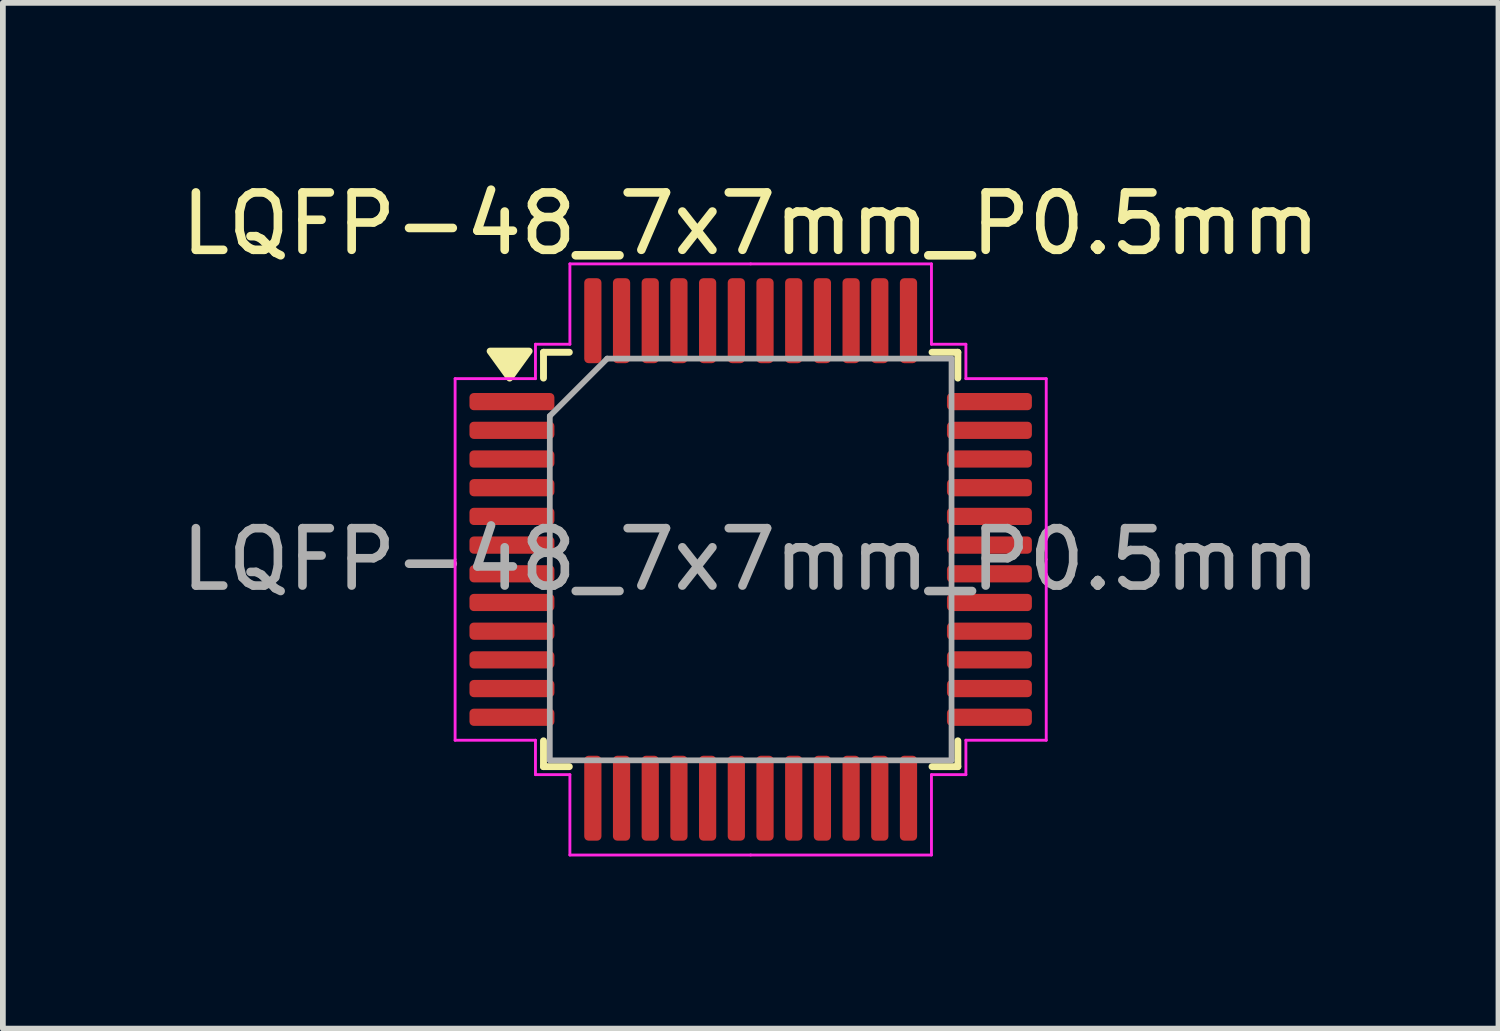
<source format=kicad_pcb>
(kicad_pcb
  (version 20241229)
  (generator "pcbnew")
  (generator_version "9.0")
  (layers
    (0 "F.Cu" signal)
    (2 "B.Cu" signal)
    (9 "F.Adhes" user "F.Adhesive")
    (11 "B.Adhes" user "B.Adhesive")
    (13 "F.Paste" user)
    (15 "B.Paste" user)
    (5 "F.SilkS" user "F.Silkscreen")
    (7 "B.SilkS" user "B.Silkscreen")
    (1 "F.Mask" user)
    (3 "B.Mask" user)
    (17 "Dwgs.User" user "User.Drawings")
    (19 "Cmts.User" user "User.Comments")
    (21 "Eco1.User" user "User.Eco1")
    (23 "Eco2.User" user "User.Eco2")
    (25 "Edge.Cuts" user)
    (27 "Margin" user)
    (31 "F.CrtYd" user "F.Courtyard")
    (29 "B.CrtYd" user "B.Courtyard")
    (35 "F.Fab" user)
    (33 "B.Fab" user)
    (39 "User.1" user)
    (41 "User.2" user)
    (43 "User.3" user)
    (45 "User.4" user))
  (footprint "LQFP-48_7x7mm_P0.5mm"
    (layer "F.Cu")
    (at 10.03 6.698)
    (property "Reference" "LQFP-48_7x7mm_P0.5mm" (at 0 -5.85 0) (layer "F.SilkS") (effects (font (size 1 1) (thickness 0.15))))
    (attr smd)
    (fp_line (start -3.61 -3.61) (end -3.61 -3.16) (stroke (width 0.12) (type solid)) (layer "F.SilkS"))
    (fp_line (start -3.61 3.61) (end -3.61 3.16) (stroke (width 0.12) (type solid)) (layer "F.SilkS"))
    (fp_line (start -3.16 -3.61) (end -3.61 -3.61) (stroke (width 0.12) (type solid)) (layer "F.SilkS"))
    (fp_line (start -3.16 3.61) (end -3.61 3.61) (stroke (width 0.12) (type solid)) (layer "F.SilkS"))
    (fp_line (start 3.16 -3.61) (end 3.61 -3.61) (stroke (width 0.12) (type solid)) (layer "F.SilkS"))
    (fp_line (start 3.16 3.61) (end 3.61 3.61) (stroke (width 0.12) (type solid)) (layer "F.SilkS"))
    (fp_line (start 3.61 -3.61) (end 3.61 -3.16) (stroke (width 0.12) (type solid)) (layer "F.SilkS"))
    (fp_line (start 3.61 3.61) (end 3.61 3.16) (stroke (width 0.12) (type solid)) (layer "F.SilkS"))
    (fp_poly (pts (xy -4.2 -3.16) (xy -4.54 -3.63) (xy -3.86 -3.63) (xy -4.2 -3.16)) (stroke (width 0.12) (type solid)) (fill yes) (layer "F.SilkS"))
    (fp_line (start -5.15 -3.15) (end -5.15 0) (stroke (width 0.05) (type solid)) (layer "F.CrtYd"))
    (fp_line (start -5.15 3.15) (end -5.15 0) (stroke (width 0.05) (type solid)) (layer "F.CrtYd"))
    (fp_line (start -3.75 -3.75) (end -3.75 -3.15) (stroke (width 0.05) (type solid)) (layer "F.CrtYd"))
    (fp_line (start -3.75 -3.15) (end -5.15 -3.15) (stroke (width 0.05) (type solid)) (layer "F.CrtYd"))
    (fp_line (start -3.75 3.15) (end -5.15 3.15) (stroke (width 0.05) (type solid)) (layer "F.CrtYd"))
    (fp_line (start -3.75 3.75) (end -3.75 3.15) (stroke (width 0.05) (type solid)) (layer "F.CrtYd"))
    (fp_line (start -3.15 -5.15) (end -3.15 -3.75) (stroke (width 0.05) (type solid)) (layer "F.CrtYd"))
    (fp_line (start -3.15 -3.75) (end -3.75 -3.75) (stroke (width 0.05) (type solid)) (layer "F.CrtYd"))
    (fp_line (start -3.15 3.75) (end -3.75 3.75) (stroke (width 0.05) (type solid)) (layer "F.CrtYd"))
    (fp_line (start -3.15 5.15) (end -3.15 3.75) (stroke (width 0.05) (type solid)) (layer "F.CrtYd"))
    (fp_line (start 0 -5.15) (end -3.15 -5.15) (stroke (width 0.05) (type solid)) (layer "F.CrtYd"))
    (fp_line (start 0 -5.15) (end 3.15 -5.15) (stroke (width 0.05) (type solid)) (layer "F.CrtYd"))
    (fp_line (start 0 5.15) (end -3.15 5.15) (stroke (width 0.05) (type solid)) (layer "F.CrtYd"))
    (fp_line (start 0 5.15) (end 3.15 5.15) (stroke (width 0.05) (type solid)) (layer "F.CrtYd"))
    (fp_line (start 3.15 -5.15) (end 3.15 -3.75) (stroke (width 0.05) (type solid)) (layer "F.CrtYd"))
    (fp_line (start 3.15 -3.75) (end 3.75 -3.75) (stroke (width 0.05) (type solid)) (layer "F.CrtYd"))
    (fp_line (start 3.15 3.75) (end 3.75 3.75) (stroke (width 0.05) (type solid)) (layer "F.CrtYd"))
    (fp_line (start 3.15 5.15) (end 3.15 3.75) (stroke (width 0.05) (type solid)) (layer "F.CrtYd"))
    (fp_line (start 3.75 -3.75) (end 3.75 -3.15) (stroke (width 0.05) (type solid)) (layer "F.CrtYd"))
    (fp_line (start 3.75 -3.15) (end 5.15 -3.15) (stroke (width 0.05) (type solid)) (layer "F.CrtYd"))
    (fp_line (start 3.75 3.15) (end 5.15 3.15) (stroke (width 0.05) (type solid)) (layer "F.CrtYd"))
    (fp_line (start 3.75 3.75) (end 3.75 3.15) (stroke (width 0.05) (type solid)) (layer "F.CrtYd"))
    (fp_line (start 5.15 -3.15) (end 5.15 0) (stroke (width 0.05) (type solid)) (layer "F.CrtYd"))
    (fp_line (start 5.15 3.15) (end 5.15 0) (stroke (width 0.05) (type solid)) (layer "F.CrtYd"))
    (fp_line (start -3.5 -2.5) (end -2.5 -3.5) (stroke (width 0.1) (type solid)) (layer "F.Fab"))
    (fp_line (start -3.5 3.5) (end -3.5 -2.5) (stroke (width 0.1) (type solid)) (layer "F.Fab"))
    (fp_line (start -2.5 -3.5) (end 3.5 -3.5) (stroke (width 0.1) (type solid)) (layer "F.Fab"))
    (fp_line (start 3.5 -3.5) (end 3.5 3.5) (stroke (width 0.1) (type solid)) (layer "F.Fab"))
    (fp_line (start 3.5 3.5) (end -3.5 3.5) (stroke (width 0.1) (type solid)) (layer "F.Fab"))
    (fp_text user "${REFERENCE}" (at 0 0 0) (layer "F.Fab") (effects (font (size 1 1) (thickness 0.15))))
    (pad "1" smd roundrect (at -4.16 -2.75) (size 1.48 0.3) (layers "F.Cu" "F.Mask" "F.Paste") (roundrect_rratio 0.25))
    (pad "2" smd roundrect (at -4.16 -2.25) (size 1.48 0.3) (layers "F.Cu" "F.Mask" "F.Paste") (roundrect_rratio 0.25))
    (pad "3" smd roundrect (at -4.16 -1.75) (size 1.48 0.3) (layers "F.Cu" "F.Mask" "F.Paste") (roundrect_rratio 0.25))
    (pad "4" smd roundrect (at -4.16 -1.25) (size 1.48 0.3) (layers "F.Cu" "F.Mask" "F.Paste") (roundrect_rratio 0.25))
    (pad "5" smd roundrect (at -4.16 -0.75) (size 1.48 0.3) (layers "F.Cu" "F.Mask" "F.Paste") (roundrect_rratio 0.25))
    (pad "6" smd roundrect (at -4.16 -0.25) (size 1.48 0.3) (layers "F.Cu" "F.Mask" "F.Paste") (roundrect_rratio 0.25))
    (pad "7" smd roundrect (at -4.16 0.25) (size 1.48 0.3) (layers "F.Cu" "F.Mask" "F.Paste") (roundrect_rratio 0.25))
    (pad "8" smd roundrect (at -4.16 0.75) (size 1.48 0.3) (layers "F.Cu" "F.Mask" "F.Paste") (roundrect_rratio 0.25))
    (pad "9" smd roundrect (at -4.16 1.25) (size 1.48 0.3) (layers "F.Cu" "F.Mask" "F.Paste") (roundrect_rratio 0.25))
    (pad "10" smd roundrect (at -4.16 1.75) (size 1.48 0.3) (layers "F.Cu" "F.Mask" "F.Paste") (roundrect_rratio 0.25))
    (pad "11" smd roundrect (at -4.16 2.25) (size 1.48 0.3) (layers "F.Cu" "F.Mask" "F.Paste") (roundrect_rratio 0.25))
    (pad "12" smd roundrect (at -4.16 2.75) (size 1.48 0.3) (layers "F.Cu" "F.Mask" "F.Paste") (roundrect_rratio 0.25))
    (pad "13" smd roundrect (at -2.75 4.16) (size 0.3 1.48) (layers "F.Cu" "F.Mask" "F.Paste") (roundrect_rratio 0.25))
    (pad "14" smd roundrect (at -2.25 4.16) (size 0.3 1.48) (layers "F.Cu" "F.Mask" "F.Paste") (roundrect_rratio 0.25))
    (pad "15" smd roundrect (at -1.75 4.16) (size 0.3 1.48) (layers "F.Cu" "F.Mask" "F.Paste") (roundrect_rratio 0.25))
    (pad "16" smd roundrect (at -1.25 4.16) (size 0.3 1.48) (layers "F.Cu" "F.Mask" "F.Paste") (roundrect_rratio 0.25))
    (pad "17" smd roundrect (at -0.75 4.16) (size 0.3 1.48) (layers "F.Cu" "F.Mask" "F.Paste") (roundrect_rratio 0.25))
    (pad "18" smd roundrect (at -0.25 4.16) (size 0.3 1.48) (layers "F.Cu" "F.Mask" "F.Paste") (roundrect_rratio 0.25))
    (pad "19" smd roundrect (at 0.25 4.16) (size 0.3 1.48) (layers "F.Cu" "F.Mask" "F.Paste") (roundrect_rratio 0.25))
    (pad "20" smd roundrect (at 0.75 4.16) (size 0.3 1.48) (layers "F.Cu" "F.Mask" "F.Paste") (roundrect_rratio 0.25))
    (pad "21" smd roundrect (at 1.25 4.16) (size 0.3 1.48) (layers "F.Cu" "F.Mask" "F.Paste") (roundrect_rratio 0.25))
    (pad "22" smd roundrect (at 1.75 4.16) (size 0.3 1.48) (layers "F.Cu" "F.Mask" "F.Paste") (roundrect_rratio 0.25))
    (pad "23" smd roundrect (at 2.25 4.16) (size 0.3 1.48) (layers "F.Cu" "F.Mask" "F.Paste") (roundrect_rratio 0.25))
    (pad "24" smd roundrect (at 2.75 4.16) (size 0.3 1.48) (layers "F.Cu" "F.Mask" "F.Paste") (roundrect_rratio 0.25))
    (pad "25" smd roundrect (at 4.16 2.75) (size 1.48 0.3) (layers "F.Cu" "F.Mask" "F.Paste") (roundrect_rratio 0.25))
    (pad "26" smd roundrect (at 4.16 2.25) (size 1.48 0.3) (layers "F.Cu" "F.Mask" "F.Paste") (roundrect_rratio 0.25))
    (pad "27" smd roundrect (at 4.16 1.75) (size 1.48 0.3) (layers "F.Cu" "F.Mask" "F.Paste") (roundrect_rratio 0.25))
    (pad "28" smd roundrect (at 4.16 1.25) (size 1.48 0.3) (layers "F.Cu" "F.Mask" "F.Paste") (roundrect_rratio 0.25))
    (pad "29" smd roundrect (at 4.16 0.75) (size 1.48 0.3) (layers "F.Cu" "F.Mask" "F.Paste") (roundrect_rratio 0.25))
    (pad "30" smd roundrect (at 4.16 0.25) (size 1.48 0.3) (layers "F.Cu" "F.Mask" "F.Paste") (roundrect_rratio 0.25))
    (pad "31" smd roundrect (at 4.16 -0.25) (size 1.48 0.3) (layers "F.Cu" "F.Mask" "F.Paste") (roundrect_rratio 0.25))
    (pad "32" smd roundrect (at 4.16 -0.75) (size 1.48 0.3) (layers "F.Cu" "F.Mask" "F.Paste") (roundrect_rratio 0.25))
    (pad "33" smd roundrect (at 4.16 -1.25) (size 1.48 0.3) (layers "F.Cu" "F.Mask" "F.Paste") (roundrect_rratio 0.25))
    (pad "34" smd roundrect (at 4.16 -1.75) (size 1.48 0.3) (layers "F.Cu" "F.Mask" "F.Paste") (roundrect_rratio 0.25))
    (pad "35" smd roundrect (at 4.16 -2.25) (size 1.48 0.3) (layers "F.Cu" "F.Mask" "F.Paste") (roundrect_rratio 0.25))
    (pad "36" smd roundrect (at 4.16 -2.75) (size 1.48 0.3) (layers "F.Cu" "F.Mask" "F.Paste") (roundrect_rratio 0.25))
    (pad "37" smd roundrect (at 2.75 -4.16) (size 0.3 1.48) (layers "F.Cu" "F.Mask" "F.Paste") (roundrect_rratio 0.25))
    (pad "38" smd roundrect (at 2.25 -4.16) (size 0.3 1.48) (layers "F.Cu" "F.Mask" "F.Paste") (roundrect_rratio 0.25))
    (pad "39" smd roundrect (at 1.75 -4.16) (size 0.3 1.48) (layers "F.Cu" "F.Mask" "F.Paste") (roundrect_rratio 0.25))
    (pad "40" smd roundrect (at 1.25 -4.16) (size 0.3 1.48) (layers "F.Cu" "F.Mask" "F.Paste") (roundrect_rratio 0.25))
    (pad "41" smd roundrect (at 0.75 -4.16) (size 0.3 1.48) (layers "F.Cu" "F.Mask" "F.Paste") (roundrect_rratio 0.25))
    (pad "42" smd roundrect (at 0.25 -4.16) (size 0.3 1.48) (layers "F.Cu" "F.Mask" "F.Paste") (roundrect_rratio 0.25))
    (pad "43" smd roundrect (at -0.25 -4.16) (size 0.3 1.48) (layers "F.Cu" "F.Mask" "F.Paste") (roundrect_rratio 0.25))
    (pad "44" smd roundrect (at -0.75 -4.16) (size 0.3 1.48) (layers "F.Cu" "F.Mask" "F.Paste") (roundrect_rratio 0.25))
    (pad "45" smd roundrect (at -1.25 -4.16) (size 0.3 1.48) (layers "F.Cu" "F.Mask" "F.Paste") (roundrect_rratio 0.25))
    (pad "46" smd roundrect (at -1.75 -4.16) (size 0.3 1.48) (layers "F.Cu" "F.Mask" "F.Paste") (roundrect_rratio 0.25))
    (pad "47" smd roundrect (at -2.25 -4.16) (size 0.3 1.48) (layers "F.Cu" "F.Mask" "F.Paste") (roundrect_rratio 0.25))
    (pad "48" smd roundrect (at -2.75 -4.16) (size 0.3 1.48) (layers "F.Cu" "F.Mask" "F.Paste") (roundrect_rratio 0.25)))
  (gr_rect
    (start -3 -3)
    (end 23.06 14.873)
    (stroke (width 0.1) (type default))
    (fill no)
    (layer "Edge.Cuts")))
</source>
